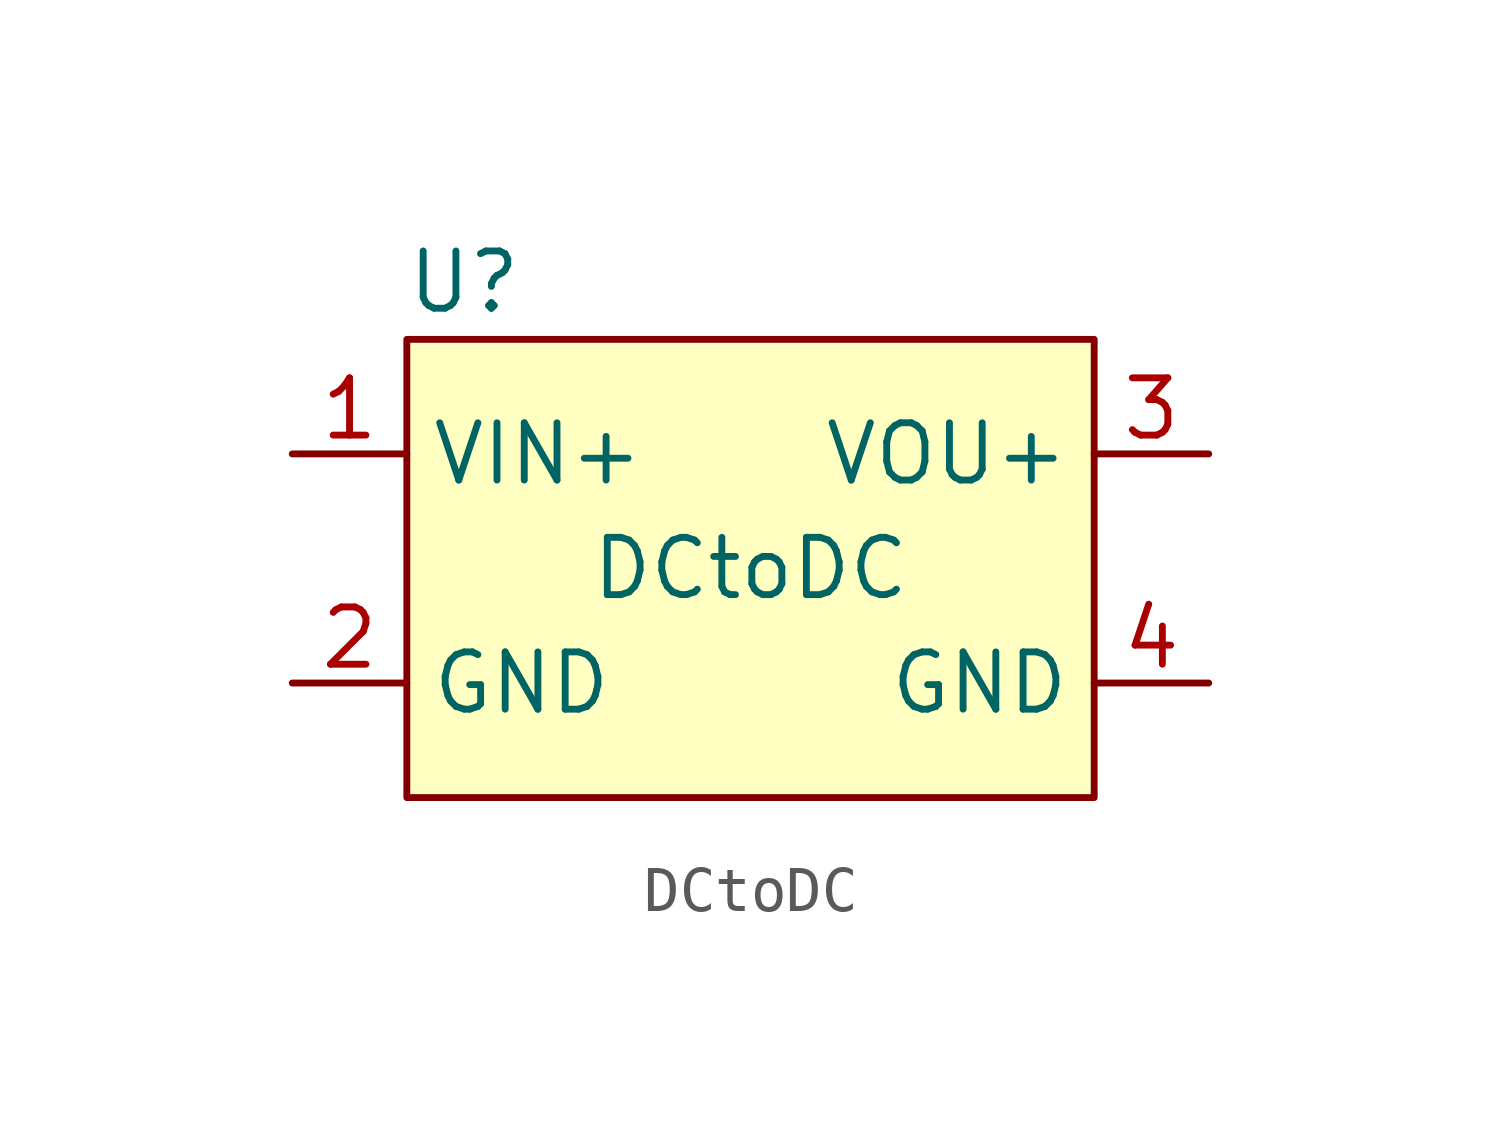
<source format=kicad_sym>
(kicad_symbol_lib
  (version 20220914)
  (generator kicad_symbol_editor)
  (symbol "DCtoDC"
    (property "Reference" "U"
      (at -6.35 6.35 0)
      (effects (font (size 1.27 1.27))))
    (property "Value" "DCtoDC"
      (at 0 0 0)
      (effects (font (size 1.27 1.27))))
    (symbol "DCtoDC_1_1"
      (polyline (pts (xy -7.62 5.08) (xy -7.62 -5.08) (xy 7.62 -5.08) (xy 7.62 5.08) (xy -7.62 5.08)) (stroke (width 0) (type default)) (fill (type background)))
      (pin power_in line (at -10.16 2.54 0) (length 2.54) (name "VIN+" (effects (font (size 1.27 1.27)))) (number "1" (effects (font (size 1.27 1.27)))))
      (pin power_in line (at -10.16 -2.54 0) (length 2.54) (name "GND" (effects (font (size 1.27 1.27)))) (number "2" (effects (font (size 1.27 1.27)))))
      (pin power_out line (at 10.16 2.54 180) (length 2.54) (name "VOU+" (effects (font (size 1.27 1.27)))) (number "3" (effects (font (size 1.27 1.27)))))
      (pin power_out line (at 10.16 -2.54 180) (length 2.54) (name "GND" (effects (font (size 1.27 1.27)))) (number "4" (effects (font (size 1.27 1.27))))))))
</source>
